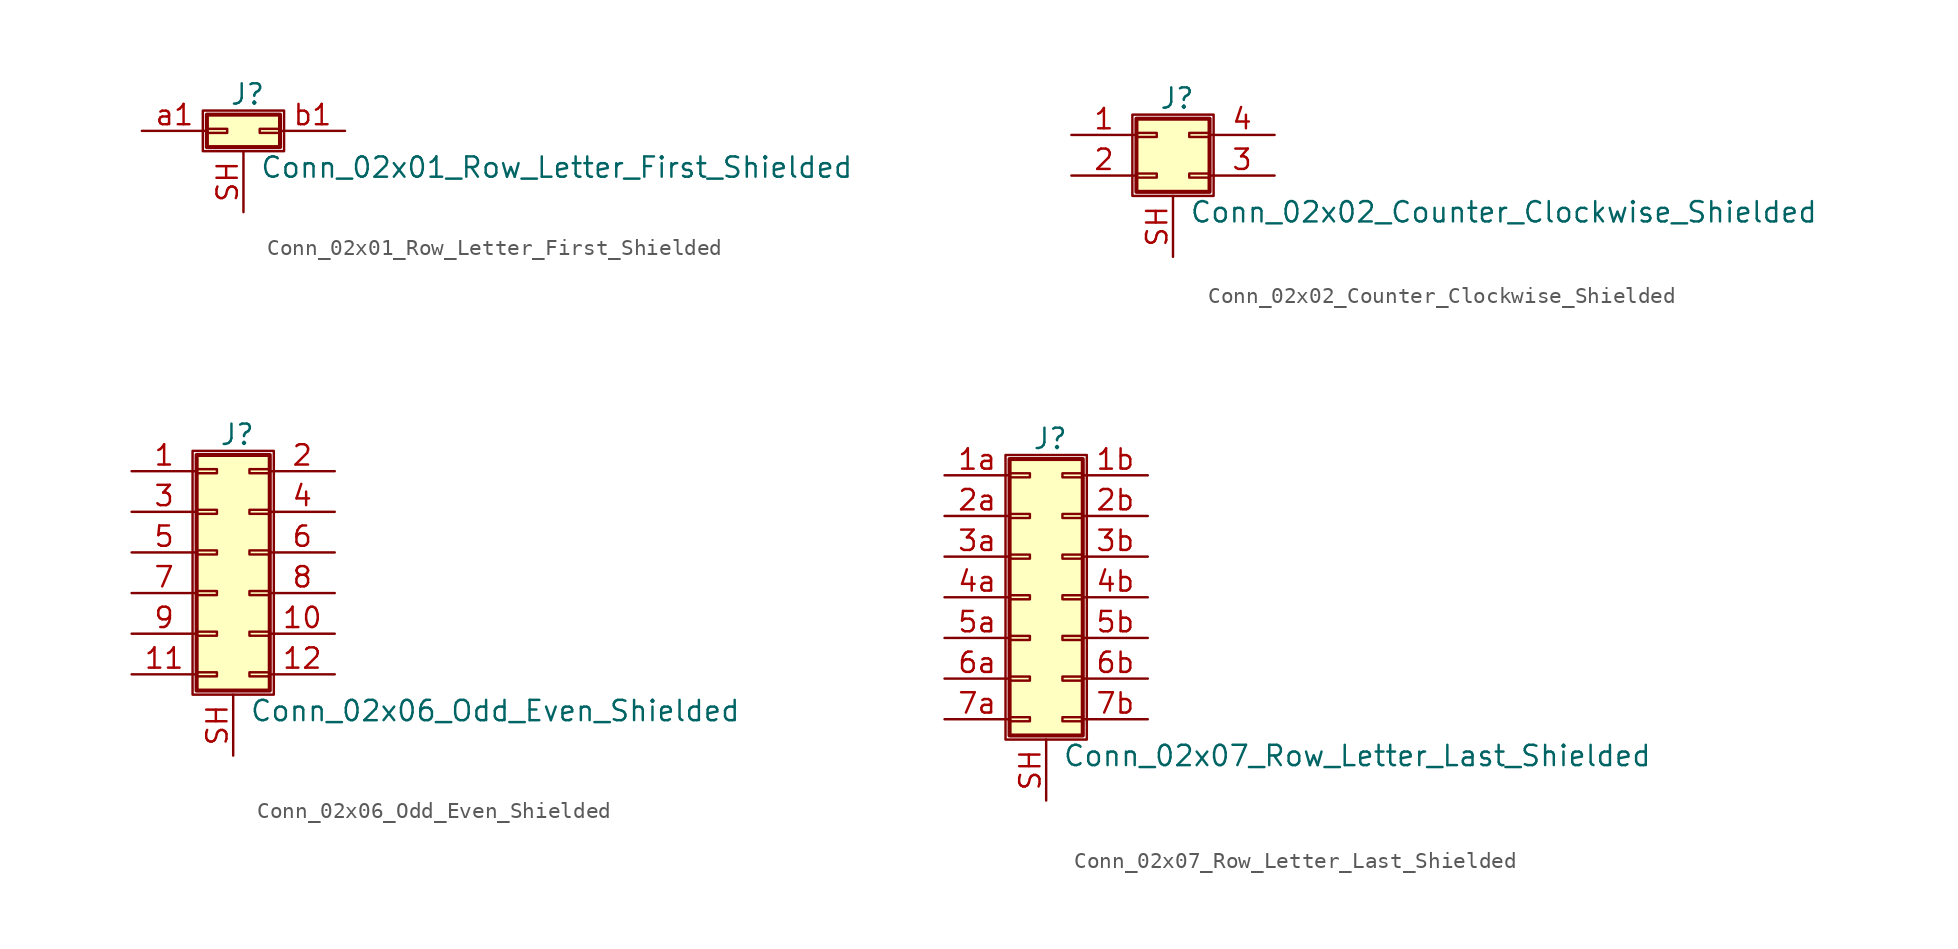
<source format=kicad_sym>
(kicad_symbol_lib
  (version 20201005)
  (generator kicad_symbol_editor)
  (symbol "Conn_02x01_Row_Letter_First_Shielded"
    (pin_names
      (offset 1.016) hide)
    (property "Reference" "J"
      (at 1.524 2.286 0)
      (effects (font (size 1.27 1.27))))
    (property "Value" "Conn_02x01_Row_Letter_First_Shielded"
      (at 2.286 -2.286 0)
      (effects (font (size 1.27 1.27)) (justify left)))
    (symbol "Conn_02x01_Row_Letter_First_Shielded_1_1"
      (rectangle (start -1.27 1.27) (end 3.81 -1.27) (stroke (width 0.152)) (fill (type none)))
      (rectangle (start -1.016 0.127) (end 0.254 -0.127) (stroke (width 0.152)) (fill (type none)))
      (rectangle (start -1.016 1.016) (end 3.556 -1.016) (stroke (width 0.254)) (fill (type background)))
      (rectangle (start 3.556 0.127) (end 2.286 -0.127) (stroke (width 0.152)) (fill (type none)))
      (pin passive line (at 1.27 -5.08 90) (length 3.81) (name "Shield" (effects (font (size 1.27 1.27)))) (number "SH" (effects (font (size 1.27 1.27)))))
      (pin passive line (at -5.08 0 0) (length 4.064) (name "Pin_a1" (effects (font (size 1.27 1.27)))) (number "a1" (effects (font (size 1.27 1.27)))))
      (pin passive line (at 7.62 0 180) (length 4.064) (name "Pin_b1" (effects (font (size 1.27 1.27)))) (number "b1" (effects (font (size 1.27 1.27)))))))
  (symbol "Conn_02x02_Counter_Clockwise_Shielded"
    (pin_names
      (offset 1.016) hide)
    (property "Reference" "J"
      (at 1.524 2.286 0)
      (effects (font (size 1.27 1.27))))
    (property "Value" "Conn_02x02_Counter_Clockwise_Shielded"
      (at 2.286 -4.826 0)
      (effects (font (size 1.27 1.27)) (justify left)))
    (symbol "Conn_02x02_Counter_Clockwise_Shielded_1_1"
      (rectangle (start -1.27 1.27) (end 3.81 -3.81) (stroke (width 0.152)) (fill (type none)))
      (rectangle (start -1.016 -2.413) (end 0.254 -2.667) (stroke (width 0.152)) (fill (type none)))
      (rectangle (start -1.016 0.127) (end 0.254 -0.127) (stroke (width 0.152)) (fill (type none)))
      (rectangle (start -1.016 1.016) (end 3.556 -3.556) (stroke (width 0.254)) (fill (type background)))
      (rectangle (start 3.556 -2.413) (end 2.286 -2.667) (stroke (width 0.152)) (fill (type none)))
      (rectangle (start 3.556 0.127) (end 2.286 -0.127) (stroke (width 0.152)) (fill (type none)))
      (pin passive line (at -5.08 0 0) (length 4.064) (name "Pin_1" (effects (font (size 1.27 1.27)))) (number "1" (effects (font (size 1.27 1.27)))))
      (pin passive line (at -5.08 -2.54 0) (length 4.064) (name "Pin_2" (effects (font (size 1.27 1.27)))) (number "2" (effects (font (size 1.27 1.27)))))
      (pin passive line (at 7.62 -2.54 180) (length 4.064) (name "Pin_3" (effects (font (size 1.27 1.27)))) (number "3" (effects (font (size 1.27 1.27)))))
      (pin passive line (at 7.62 0 180) (length 4.064) (name "Pin_4" (effects (font (size 1.27 1.27)))) (number "4" (effects (font (size 1.27 1.27)))))
      (pin passive line (at 1.27 -7.62 90) (length 3.81) (name "Shield" (effects (font (size 1.27 1.27)))) (number "SH" (effects (font (size 1.27 1.27)))))))
  (symbol "Conn_02x06_Odd_Even_Shielded"
    (pin_names
      (offset 1.016) hide)
    (property "Reference" "J"
      (at 1.524 7.366 0)
      (effects (font (size 1.27 1.27))))
    (property "Value" "Conn_02x06_Odd_Even_Shielded"
      (at 2.286 -9.906 0)
      (effects (font (size 1.27 1.27)) (justify left)))
    (symbol "Conn_02x06_Odd_Even_Shielded_1_1"
      (rectangle (start -1.27 6.35) (end 3.81 -8.89) (stroke (width 0.152)) (fill (type none)))
      (rectangle (start -1.016 -7.493) (end 0.254 -7.747) (stroke (width 0.152)) (fill (type none)))
      (rectangle (start -1.016 -4.953) (end 0.254 -5.207) (stroke (width 0.152)) (fill (type none)))
      (rectangle (start -1.016 -2.413) (end 0.254 -2.667) (stroke (width 0.152)) (fill (type none)))
      (rectangle (start -1.016 0.127) (end 0.254 -0.127) (stroke (width 0.152)) (fill (type none)))
      (rectangle (start -1.016 2.667) (end 0.254 2.413) (stroke (width 0.152)) (fill (type none)))
      (rectangle (start -1.016 5.207) (end 0.254 4.953) (stroke (width 0.152)) (fill (type none)))
      (rectangle (start -1.016 6.096) (end 3.556 -8.636) (stroke (width 0.254)) (fill (type background)))
      (rectangle (start 3.556 -7.493) (end 2.286 -7.747) (stroke (width 0.152)) (fill (type none)))
      (rectangle (start 3.556 -4.953) (end 2.286 -5.207) (stroke (width 0.152)) (fill (type none)))
      (rectangle (start 3.556 -2.413) (end 2.286 -2.667) (stroke (width 0.152)) (fill (type none)))
      (rectangle (start 3.556 0.127) (end 2.286 -0.127) (stroke (width 0.152)) (fill (type none)))
      (rectangle (start 3.556 2.667) (end 2.286 2.413) (stroke (width 0.152)) (fill (type none)))
      (rectangle (start 3.556 5.207) (end 2.286 4.953) (stroke (width 0.152)) (fill (type none)))
      (pin passive line (at -5.08 5.08 0) (length 4.064) (name "Pin_1" (effects (font (size 1.27 1.27)))) (number "1" (effects (font (size 1.27 1.27)))))
      (pin passive line (at 7.62 -5.08 180) (length 4.064) (name "Pin_10" (effects (font (size 1.27 1.27)))) (number "10" (effects (font (size 1.27 1.27)))))
      (pin passive line (at -5.08 -7.62 0) (length 4.064) (name "Pin_11" (effects (font (size 1.27 1.27)))) (number "11" (effects (font (size 1.27 1.27)))))
      (pin passive line (at 7.62 -7.62 180) (length 4.064) (name "Pin_12" (effects (font (size 1.27 1.27)))) (number "12" (effects (font (size 1.27 1.27)))))
      (pin passive line (at 7.62 5.08 180) (length 4.064) (name "Pin_2" (effects (font (size 1.27 1.27)))) (number "2" (effects (font (size 1.27 1.27)))))
      (pin passive line (at -5.08 2.54 0) (length 4.064) (name "Pin_3" (effects (font (size 1.27 1.27)))) (number "3" (effects (font (size 1.27 1.27)))))
      (pin passive line (at 7.62 2.54 180) (length 4.064) (name "Pin_4" (effects (font (size 1.27 1.27)))) (number "4" (effects (font (size 1.27 1.27)))))
      (pin passive line (at -5.08 0 0) (length 4.064) (name "Pin_5" (effects (font (size 1.27 1.27)))) (number "5" (effects (font (size 1.27 1.27)))))
      (pin passive line (at 7.62 0 180) (length 4.064) (name "Pin_6" (effects (font (size 1.27 1.27)))) (number "6" (effects (font (size 1.27 1.27)))))
      (pin passive line (at -5.08 -2.54 0) (length 4.064) (name "Pin_7" (effects (font (size 1.27 1.27)))) (number "7" (effects (font (size 1.27 1.27)))))
      (pin passive line (at 7.62 -2.54 180) (length 4.064) (name "Pin_8" (effects (font (size 1.27 1.27)))) (number "8" (effects (font (size 1.27 1.27)))))
      (pin passive line (at -5.08 -5.08 0) (length 4.064) (name "Pin_9" (effects (font (size 1.27 1.27)))) (number "9" (effects (font (size 1.27 1.27)))))
      (pin passive line (at 1.27 -12.7 90) (length 3.81) (name "Shield" (effects (font (size 1.27 1.27)))) (number "SH" (effects (font (size 1.27 1.27)))))))
  (symbol "Conn_02x07_Row_Letter_Last_Shielded"
    (pin_names
      (offset 1.016) hide)
    (property "Reference" "J"
      (at 1.524 9.906 0)
      (effects (font (size 1.27 1.27))))
    (property "Value" "Conn_02x07_Row_Letter_Last_Shielded"
      (at 2.286 -9.906 0)
      (effects (font (size 1.27 1.27)) (justify left)))
    (symbol "Conn_02x07_Row_Letter_Last_Shielded_1_1"
      (rectangle (start -1.27 8.89) (end 3.81 -8.89) (stroke (width 0.152)) (fill (type none)))
      (rectangle (start -1.016 -7.493) (end 0.254 -7.747) (stroke (width 0.152)) (fill (type none)))
      (rectangle (start -1.016 -4.953) (end 0.254 -5.207) (stroke (width 0.152)) (fill (type none)))
      (rectangle (start -1.016 -2.413) (end 0.254 -2.667) (stroke (width 0.152)) (fill (type none)))
      (rectangle (start -1.016 0.127) (end 0.254 -0.127) (stroke (width 0.152)) (fill (type none)))
      (rectangle (start -1.016 2.667) (end 0.254 2.413) (stroke (width 0.152)) (fill (type none)))
      (rectangle (start -1.016 5.207) (end 0.254 4.953) (stroke (width 0.152)) (fill (type none)))
      (rectangle (start -1.016 7.747) (end 0.254 7.493) (stroke (width 0.152)) (fill (type none)))
      (rectangle (start -1.016 8.636) (end 3.556 -8.636) (stroke (width 0.254)) (fill (type background)))
      (rectangle (start 3.556 -7.493) (end 2.286 -7.747) (stroke (width 0.152)) (fill (type none)))
      (rectangle (start 3.556 -4.953) (end 2.286 -5.207) (stroke (width 0.152)) (fill (type none)))
      (rectangle (start 3.556 -2.413) (end 2.286 -2.667) (stroke (width 0.152)) (fill (type none)))
      (rectangle (start 3.556 0.127) (end 2.286 -0.127) (stroke (width 0.152)) (fill (type none)))
      (rectangle (start 3.556 2.667) (end 2.286 2.413) (stroke (width 0.152)) (fill (type none)))
      (rectangle (start 3.556 5.207) (end 2.286 4.953) (stroke (width 0.152)) (fill (type none)))
      (rectangle (start 3.556 7.747) (end 2.286 7.493) (stroke (width 0.152)) (fill (type none)))
      (pin passive line (at -5.08 7.62 0) (length 4.064) (name "Pin_1a" (effects (font (size 1.27 1.27)))) (number "1a" (effects (font (size 1.27 1.27)))))
      (pin passive line (at 7.62 7.62 180) (length 4.064) (name "Pin_1b" (effects (font (size 1.27 1.27)))) (number "1b" (effects (font (size 1.27 1.27)))))
      (pin passive line (at -5.08 5.08 0) (length 4.064) (name "Pin_2a" (effects (font (size 1.27 1.27)))) (number "2a" (effects (font (size 1.27 1.27)))))
      (pin passive line (at 7.62 5.08 180) (length 4.064) (name "Pin_2b" (effects (font (size 1.27 1.27)))) (number "2b" (effects (font (size 1.27 1.27)))))
      (pin passive line (at -5.08 2.54 0) (length 4.064) (name "Pin_3a" (effects (font (size 1.27 1.27)))) (number "3a" (effects (font (size 1.27 1.27)))))
      (pin passive line (at 7.62 2.54 180) (length 4.064) (name "Pin_3b" (effects (font (size 1.27 1.27)))) (number "3b" (effects (font (size 1.27 1.27)))))
      (pin passive line (at -5.08 0 0) (length 4.064) (name "Pin_4a" (effects (font (size 1.27 1.27)))) (number "4a" (effects (font (size 1.27 1.27)))))
      (pin passive line (at 7.62 0 180) (length 4.064) (name "Pin_4b" (effects (font (size 1.27 1.27)))) (number "4b" (effects (font (size 1.27 1.27)))))
      (pin passive line (at -5.08 -2.54 0) (length 4.064) (name "Pin_5a" (effects (font (size 1.27 1.27)))) (number "5a" (effects (font (size 1.27 1.27)))))
      (pin passive line (at 7.62 -2.54 180) (length 4.064) (name "Pin_5b" (effects (font (size 1.27 1.27)))) (number "5b" (effects (font (size 1.27 1.27)))))
      (pin passive line (at -5.08 -5.08 0) (length 4.064) (name "Pin_6a" (effects (font (size 1.27 1.27)))) (number "6a" (effects (font (size 1.27 1.27)))))
      (pin passive line (at 7.62 -5.08 180) (length 4.064) (name "Pin_6b" (effects (font (size 1.27 1.27)))) (number "6b" (effects (font (size 1.27 1.27)))))
      (pin passive line (at -5.08 -7.62 0) (length 4.064) (name "Pin_7a" (effects (font (size 1.27 1.27)))) (number "7a" (effects (font (size 1.27 1.27)))))
      (pin passive line (at 7.62 -7.62 180) (length 4.064) (name "Pin_7b" (effects (font (size 1.27 1.27)))) (number "7b" (effects (font (size 1.27 1.27)))))
      (pin passive line (at 1.27 -12.7 90) (length 3.81) (name "Shield" (effects (font (size 1.27 1.27)))) (number "SH" (effects (font (size 1.27 1.27))))))))
</source>
